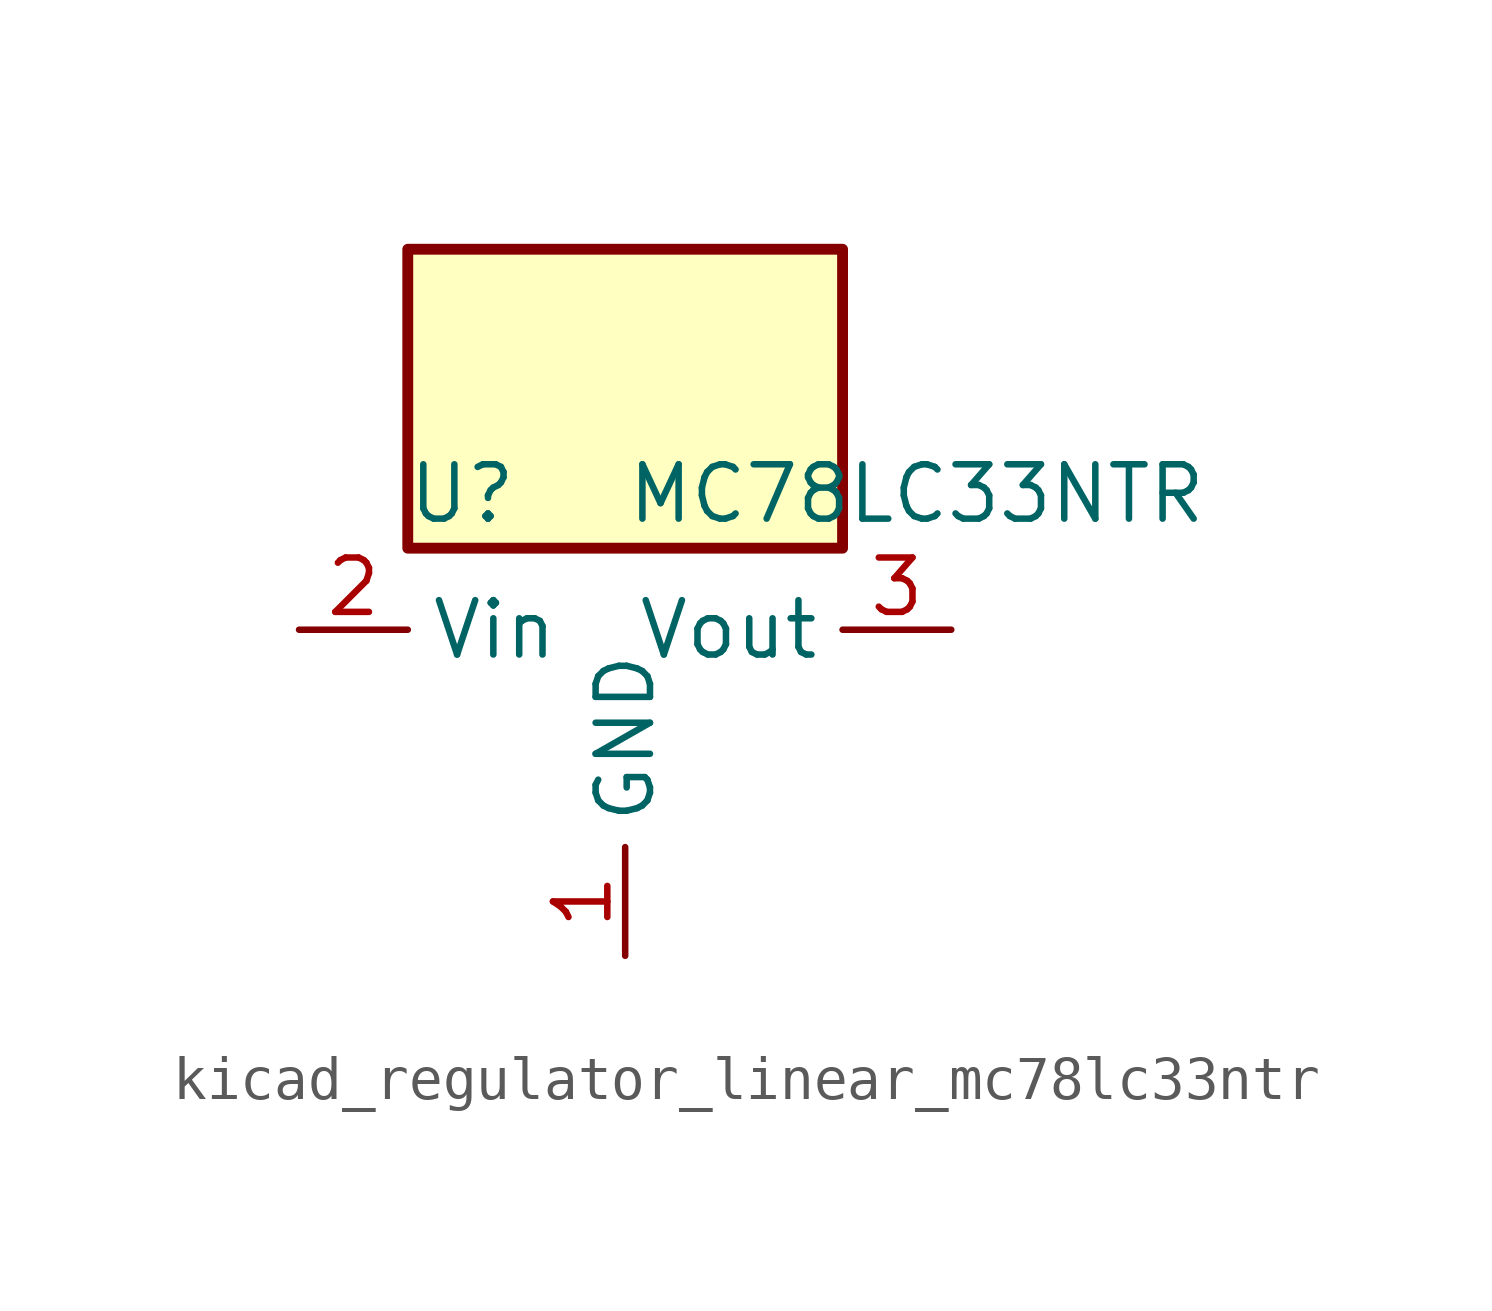
<source format=kicad_sym>
(kicad_symbol_lib
  (version 20220914)
  (generator kicad_symbol_editor)
  (symbol "kicad_regulator_linear_mc78lc33ntr"
    (property "Reference" "U"
      (at -3.81 3.175 0)
      (effects (font (size 1.27 1.27))))
    (property "Value" "MC78LC33NTR"
      (at 0 3.175 0)
      (effects (font (size 1.27 1.27)) (justify left)))
    (symbol "kicad_regulator_linear_mc78lc33ntr_0_1"
      (rectangle (start 5.08 8.89) (end -5.08 1.905) (stroke (width 0.254) (type default)) (fill (type background))))
    (symbol "kicad_regulator_linear_mc78lc33ntr_1_1"
      (pin power_in line (at 0 -7.62 90) (length 2.54) (name "GND" (effects (font (size 1.27 1.27)))) (number "1" (effects (font (size 1.27 1.27)))))
      (pin power_in line (at -7.62 0 0) (length 2.54) (name "Vin" (effects (font (size 1.27 1.27)))) (number "2" (effects (font (size 1.27 1.27)))))
      (pin power_out line (at 7.62 0 180) (length 2.54) (name "Vout" (effects (font (size 1.27 1.27)))) (number "3" (effects (font (size 1.27 1.27)))))
      (pin no_connect line (at 5.08 -2.54 180) (length 2.54) hide (name "NC" (effects (font (size 1.27 1.27)))) (number "4" (effects (font (size 1.27 1.27)))))
      (pin no_connect line (at -5.08 -2.54 0) (length 2.54) hide (name "NC" (effects (font (size 1.27 1.27)))) (number "5" (effects (font (size 1.27 1.27))))))))
</source>
